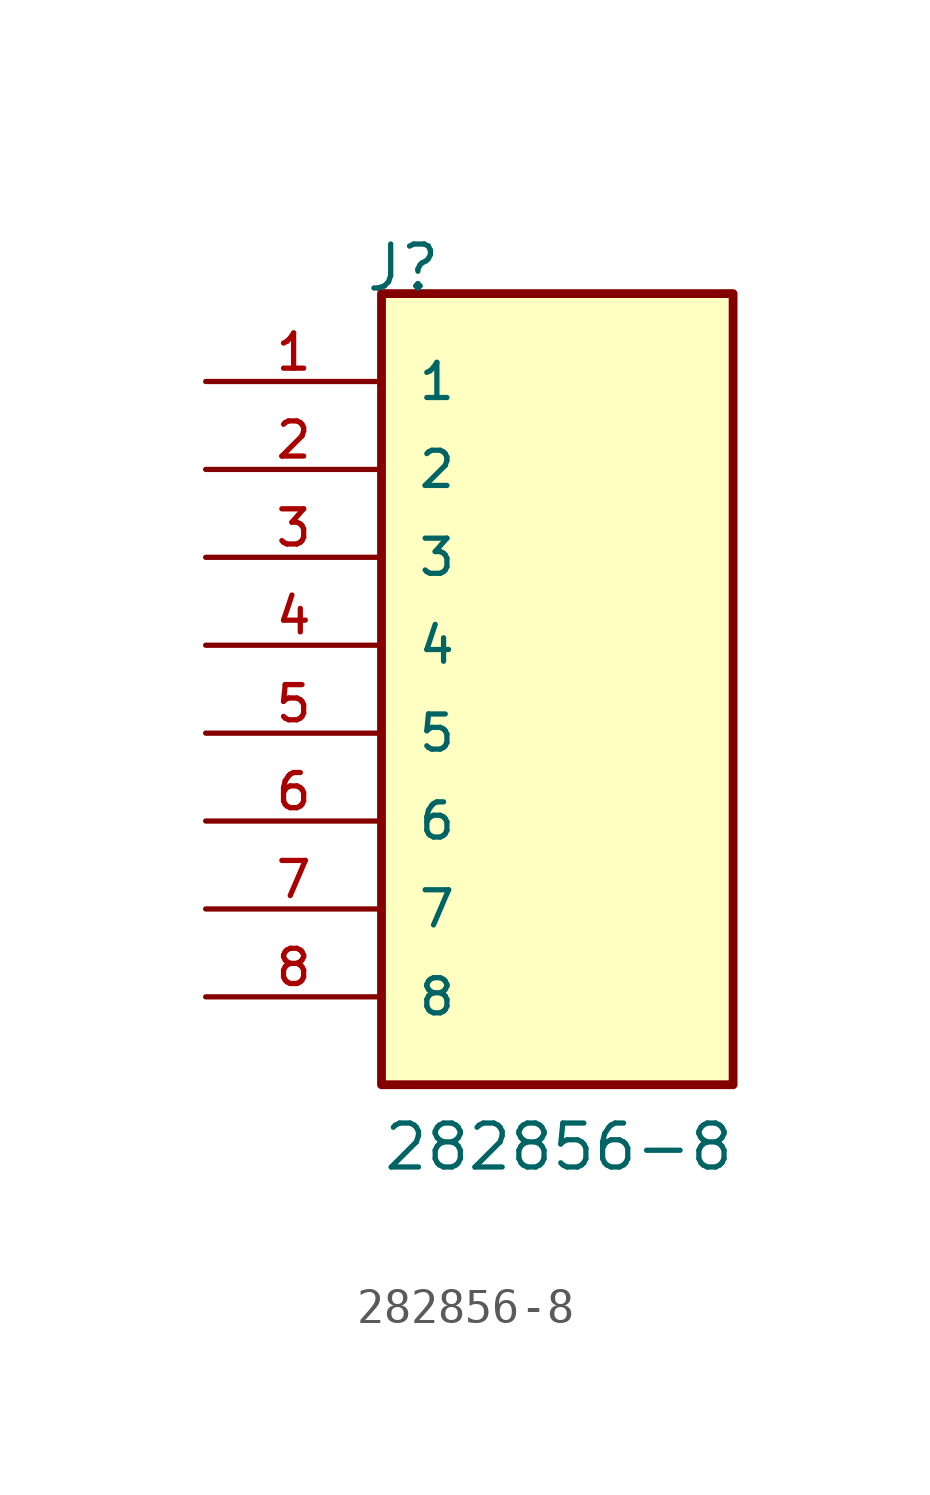
<source format=kicad_sym>
(kicad_symbol_lib
  (version 20211014)
  (generator kicad_symbol_editor)
  (symbol "282856-8"
    (pin_names
      (offset 1.016))
    (property "Reference" "J"
      (at -5.58 12.7 0)
      (effects (font (size 1.27 1.27)) (justify bottom left)))
    (property "Value" "282856-8"
      (at -5.08 -12.7 0)
      (effects (font (size 1.27 1.27)) (justify bottom left)))
    (symbol "282856-8_0_0"
      (rectangle (start -5.08 -10.16) (end 5.08 12.7) (stroke (width 0.254)) (fill (type background)))
      (pin passive line (at -10.16 10.16 0) (length 5.08) (name "1" (effects (font (size 1.016 1.016)))) (number "1" (effects (font (size 1.016 1.016)))))
      (pin passive line (at -10.16 7.62 0) (length 5.08) (name "2" (effects (font (size 1.016 1.016)))) (number "2" (effects (font (size 1.016 1.016)))))
      (pin passive line (at -10.16 5.08 0) (length 5.08) (name "3" (effects (font (size 1.016 1.016)))) (number "3" (effects (font (size 1.016 1.016)))))
      (pin passive line (at -10.16 2.54 0) (length 5.08) (name "4" (effects (font (size 1.016 1.016)))) (number "4" (effects (font (size 1.016 1.016)))))
      (pin passive line (at -10.16 0.0 0) (length 5.08) (name "5" (effects (font (size 1.016 1.016)))) (number "5" (effects (font (size 1.016 1.016)))))
      (pin passive line (at -10.16 -2.54 0) (length 5.08) (name "6" (effects (font (size 1.016 1.016)))) (number "6" (effects (font (size 1.016 1.016)))))
      (pin passive line (at -10.16 -5.08 0) (length 5.08) (name "7" (effects (font (size 1.016 1.016)))) (number "7" (effects (font (size 1.016 1.016)))))
      (pin passive line (at -10.16 -7.62 0) (length 5.08) (name "8" (effects (font (size 1.016 1.016)))) (number "8" (effects (font (size 1.016 1.016))))))))
</source>
